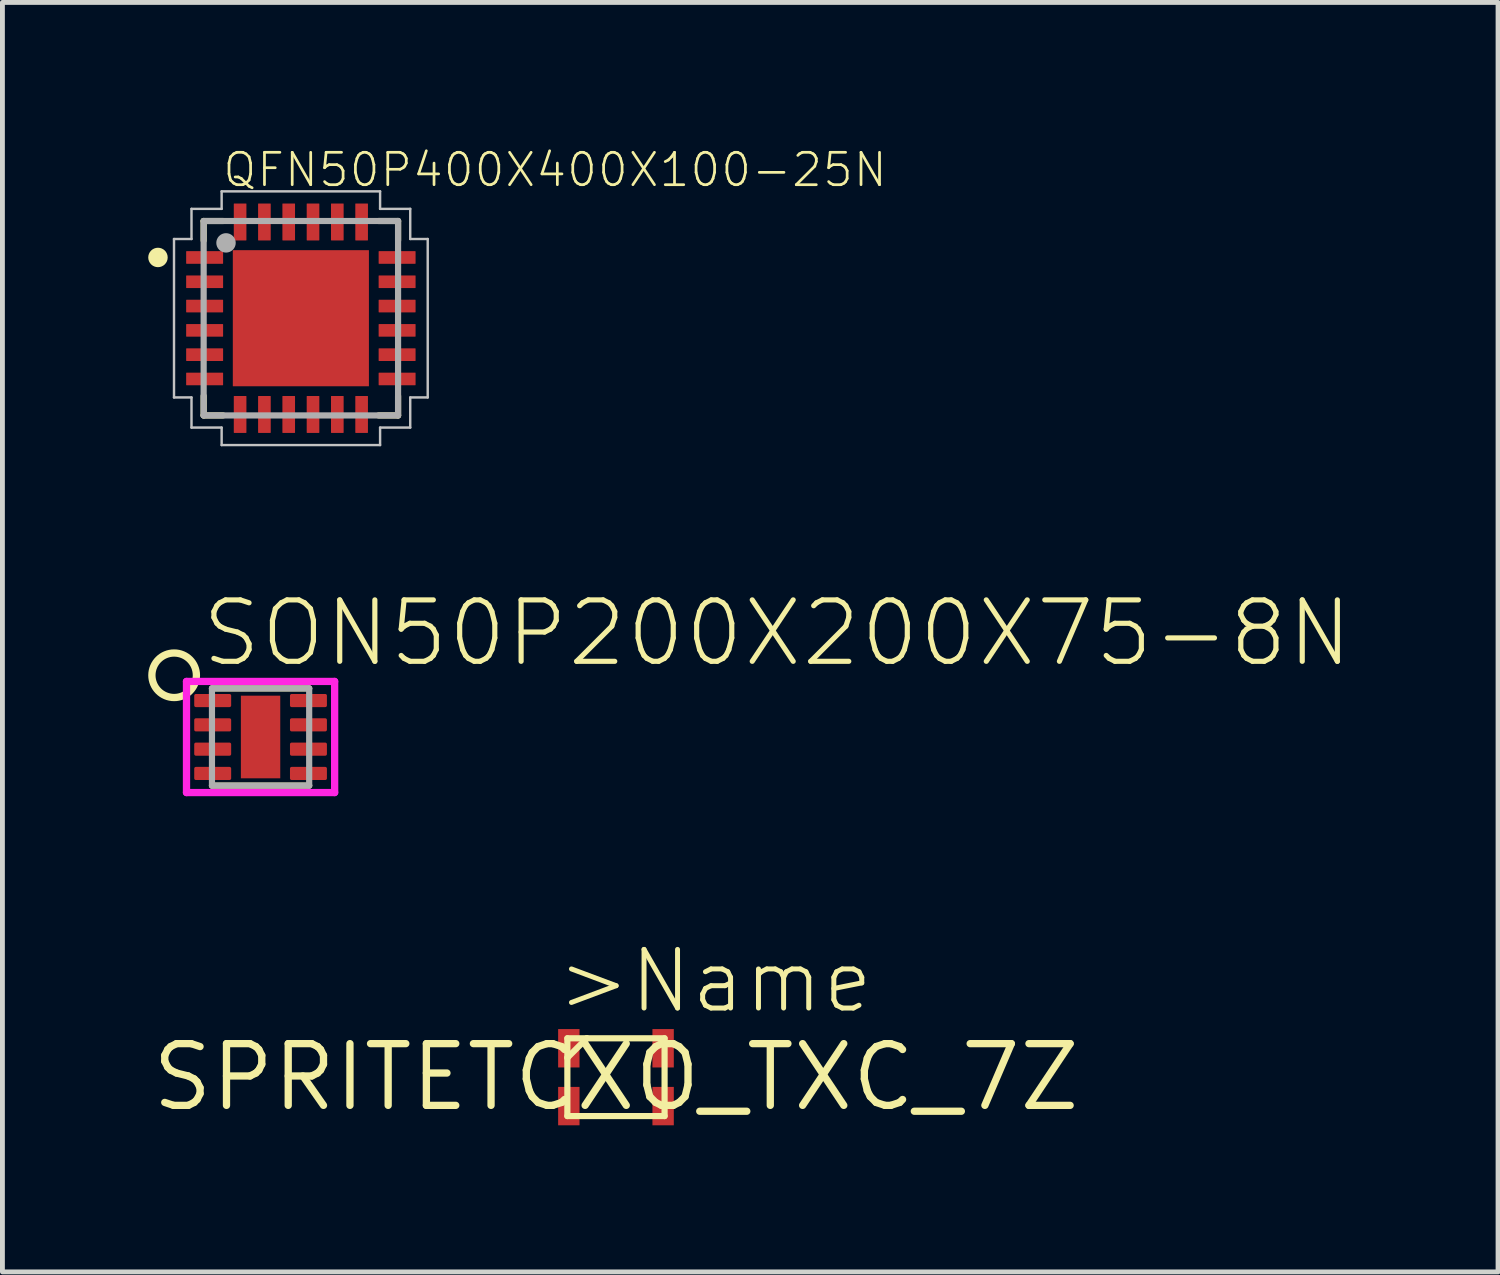
<source format=kicad_pcb>
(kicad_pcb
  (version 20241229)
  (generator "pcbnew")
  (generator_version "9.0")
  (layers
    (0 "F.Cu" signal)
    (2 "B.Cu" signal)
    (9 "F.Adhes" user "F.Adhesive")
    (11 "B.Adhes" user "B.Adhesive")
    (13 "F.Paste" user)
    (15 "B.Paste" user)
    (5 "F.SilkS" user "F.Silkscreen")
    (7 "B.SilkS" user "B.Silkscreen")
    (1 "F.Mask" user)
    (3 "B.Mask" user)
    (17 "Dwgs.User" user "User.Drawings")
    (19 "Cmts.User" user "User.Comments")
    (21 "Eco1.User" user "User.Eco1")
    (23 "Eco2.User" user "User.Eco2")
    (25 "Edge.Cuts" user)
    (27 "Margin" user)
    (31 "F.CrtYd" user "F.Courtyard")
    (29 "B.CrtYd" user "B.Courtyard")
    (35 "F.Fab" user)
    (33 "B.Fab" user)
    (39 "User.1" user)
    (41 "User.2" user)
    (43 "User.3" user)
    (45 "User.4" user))
  (footprint "SPRITETCXO_TXC_7Z"
    (layer "F.Cu")
    (at 9.623 19.112)
    (property "Reference" "SPRITETCXO_TXC_7Z" (at 0 0 0) (layer "F.SilkS") (effects (font (size 1.27 1.27) (thickness 0.15))))
    (attr through_hole)
    (fp_line (start -1 -0.8) (end -0.6 -0.8) (stroke (width 0.127) (type solid)) (layer "F.SilkS"))
    (fp_line (start -1 -0.4) (end -1 -0.8) (stroke (width 0.127) (type solid)) (layer "F.SilkS"))
    (fp_line (start -1 -0.4) (end -0.6 -0.8) (stroke (width 0.127) (type solid)) (layer "F.SilkS"))
    (fp_line (start -1 0.8) (end -1 -0.4) (stroke (width 0.127) (type solid)) (layer "F.SilkS"))
    (fp_line (start -0.6 -0.8) (end 1 -0.8) (stroke (width 0.127) (type solid)) (layer "F.SilkS"))
    (fp_line (start 1 -0.8) (end 1 0.8) (stroke (width 0.127) (type solid)) (layer "F.SilkS"))
    (fp_line (start 1 0.8) (end -1 0.8) (stroke (width 0.127) (type solid)) (layer "F.SilkS"))
    (fp_text user ">Name" (at -1.27 -1.27 0) (layer "F.SilkS") (effects (font (size 1.206 1.206) (thickness 0.102)) (justify left bottom)))
    (pad "GND1" smd rect (at -0.97 0.595) (size 0.44 0.79) (layers "F.Cu" "F.Mask" "F.Paste"))
    (pad "GND2" smd rect (at 0.97 0.595) (size 0.44 0.79) (layers "F.Cu" "F.Mask" "F.Paste"))
    (pad "OUT" smd rect (at 0.97 -0.595) (size 0.44 0.79) (layers "F.Cu" "F.Mask" "F.Paste"))
    (pad "VCC" smd rect (at -0.97 -0.595) (size 0.44 0.79) (layers "F.Cu" "F.Mask" "F.Paste")))
  (footprint "QFN50P400X400X100-25N"
    (layer "F.Cu")
    (at 3.14 3.497)
    (property "Reference" "QFN50P400X400X100-25N" (at -1.642 -2.663 0) (layer "F.SilkS") (effects (font (size 0.666 0.666) (thickness 0.056)) (justify left bottom)))
    (attr through_hole)
    (fp_line (start -2 -2) (end -2 -1.6) (stroke (width 0.127) (type solid)) (layer "F.SilkS"))
    (fp_line (start -2 1.6) (end -2 2) (stroke (width 0.127) (type solid)) (layer "F.SilkS"))
    (fp_line (start -2 2) (end -1.6 2) (stroke (width 0.127) (type solid)) (layer "F.SilkS"))
    (fp_line (start -1.6 -2) (end -2 -2) (stroke (width 0.127) (type solid)) (layer "F.SilkS"))
    (fp_line (start 1.6 2) (end 2 2) (stroke (width 0.127) (type solid)) (layer "F.SilkS"))
    (fp_line (start 2 -2) (end 1.6 -2) (stroke (width 0.127) (type solid)) (layer "F.SilkS"))
    (fp_line (start 2 -1.6) (end 2 -2) (stroke (width 0.127) (type solid)) (layer "F.SilkS"))
    (fp_line (start 2 2) (end 2 1.6) (stroke (width 0.127) (type solid)) (layer "F.SilkS"))
    (fp_circle (center -2.94 -1.25) (end -2.84 -1.25) (stroke (width 0.2) (type solid)) (fill no) (layer "F.SilkS"))
    (fp_poly (pts (xy -1.128 1.128) (xy -0.135 1.128) (xy -0.135 0.135) (xy -1.128 0.135)) (stroke (width 0) (type solid)) (fill yes) (layer "F.Paste"))
    (fp_poly (pts (xy -1.127 -0.135) (xy -0.135 -0.135) (xy -0.135 -1.125) (xy -1.127 -1.125)) (stroke (width 0) (type solid)) (fill yes) (layer "F.Paste"))
    (fp_poly (pts (xy 0.135 -0.135) (xy 1.125 -0.135) (xy 1.125 -1.125) (xy 0.135 -1.125)) (stroke (width 0) (type solid)) (fill yes) (layer "F.Paste"))
    (fp_poly (pts (xy 0.135 1.128) (xy 1.125 1.128) (xy 1.125 0.135) (xy 0.135 0.135)) (stroke (width 0) (type solid)) (fill yes) (layer "F.Paste"))
    (fp_line (start -2.61 -1.63) (end -2.25 -1.63) (stroke (width 0.05) (type solid)) (layer "Dwgs.User"))
    (fp_line (start -2.61 1.63) (end -2.61 -1.63) (stroke (width 0.05) (type solid)) (layer "Dwgs.User"))
    (fp_line (start -2.25 -2.25) (end -1.63 -2.25) (stroke (width 0.05) (type solid)) (layer "Dwgs.User"))
    (fp_line (start -2.25 -1.63) (end -2.25 -2.25) (stroke (width 0.05) (type solid)) (layer "Dwgs.User"))
    (fp_line (start -2.25 1.63) (end -2.61 1.63) (stroke (width 0.05) (type solid)) (layer "Dwgs.User"))
    (fp_line (start -2.25 2.25) (end -2.25 1.63) (stroke (width 0.05) (type solid)) (layer "Dwgs.User"))
    (fp_line (start -1.63 -2.61) (end 1.63 -2.61) (stroke (width 0.05) (type solid)) (layer "Dwgs.User"))
    (fp_line (start -1.63 -2.25) (end -1.63 -2.61) (stroke (width 0.05) (type solid)) (layer "Dwgs.User"))
    (fp_line (start -1.63 2.25) (end -2.25 2.25) (stroke (width 0.05) (type solid)) (layer "Dwgs.User"))
    (fp_line (start -1.63 2.61) (end -1.63 2.25) (stroke (width 0.05) (type solid)) (layer "Dwgs.User"))
    (fp_line (start 1.63 -2.61) (end 1.63 -2.25) (stroke (width 0.05) (type solid)) (layer "Dwgs.User"))
    (fp_line (start 1.63 -2.25) (end 2.25 -2.25) (stroke (width 0.05) (type solid)) (layer "Dwgs.User"))
    (fp_line (start 1.63 2.25) (end 1.63 2.61) (stroke (width 0.05) (type solid)) (layer "Dwgs.User"))
    (fp_line (start 1.63 2.61) (end -1.63 2.61) (stroke (width 0.05) (type solid)) (layer "Dwgs.User"))
    (fp_line (start 2.25 -2.25) (end 2.25 -1.63) (stroke (width 0.05) (type solid)) (layer "Dwgs.User"))
    (fp_line (start 2.25 -1.63) (end 2.61 -1.63) (stroke (width 0.05) (type solid)) (layer "Dwgs.User"))
    (fp_line (start 2.25 1.63) (end 2.25 2.25) (stroke (width 0.05) (type solid)) (layer "Dwgs.User"))
    (fp_line (start 2.25 2.25) (end 1.63 2.25) (stroke (width 0.05) (type solid)) (layer "Dwgs.User"))
    (fp_line (start 2.61 -1.63) (end 2.61 1.63) (stroke (width 0.05) (type solid)) (layer "Dwgs.User"))
    (fp_line (start 2.61 1.63) (end 2.25 1.63) (stroke (width 0.05) (type solid)) (layer "Dwgs.User"))
    (fp_line (start -2 -2) (end 2 -2) (stroke (width 0.127) (type solid)) (layer "F.Fab"))
    (fp_line (start -2 2) (end -2 -2) (stroke (width 0.127) (type solid)) (layer "F.Fab"))
    (fp_line (start 2 -2) (end 2 2) (stroke (width 0.127) (type solid)) (layer "F.Fab"))
    (fp_line (start 2 2) (end -2 2) (stroke (width 0.127) (type solid)) (layer "F.Fab"))
    (fp_circle (center -1.54 -1.55) (end -1.44 -1.55) (stroke (width 0.2) (type solid)) (fill no) (layer "F.Fab"))
    (pad "1" smd roundrect (at -1.98 -1.25) (size 0.76 0.26) (layers "F.Cu" "F.Mask" "F.Paste") (roundrect_rratio 0.035))
    (pad "2" smd roundrect (at -1.98 -0.75) (size 0.76 0.26) (layers "F.Cu" "F.Mask" "F.Paste") (roundrect_rratio 0.035))
    (pad "3" smd roundrect (at -1.98 -0.25) (size 0.76 0.26) (layers "F.Cu" "F.Mask" "F.Paste") (roundrect_rratio 0.035))
    (pad "4" smd roundrect (at -1.98 0.25) (size 0.76 0.26) (layers "F.Cu" "F.Mask" "F.Paste") (roundrect_rratio 0.035))
    (pad "5" smd roundrect (at -1.98 0.75) (size 0.76 0.26) (layers "F.Cu" "F.Mask" "F.Paste") (roundrect_rratio 0.035))
    (pad "6" smd roundrect (at -1.98 1.25) (size 0.76 0.26) (layers "F.Cu" "F.Mask" "F.Paste") (roundrect_rratio 0.035))
    (pad "7" smd roundrect (at -1.25 1.98 90) (size 0.76 0.26) (layers "F.Cu" "F.Mask" "F.Paste") (roundrect_rratio 0.035))
    (pad "8" smd roundrect (at -0.75 1.98 90) (size 0.76 0.26) (layers "F.Cu" "F.Mask" "F.Paste") (roundrect_rratio 0.035))
    (pad "9" smd roundrect (at -0.25 1.98 90) (size 0.76 0.26) (layers "F.Cu" "F.Mask" "F.Paste") (roundrect_rratio 0.035))
    (pad "10" smd roundrect (at 0.25 1.98 90) (size 0.76 0.26) (layers "F.Cu" "F.Mask" "F.Paste") (roundrect_rratio 0.035))
    (pad "11" smd roundrect (at 0.75 1.98 90) (size 0.76 0.26) (layers "F.Cu" "F.Mask" "F.Paste") (roundrect_rratio 0.035))
    (pad "12" smd roundrect (at 1.25 1.98 90) (size 0.76 0.26) (layers "F.Cu" "F.Mask" "F.Paste") (roundrect_rratio 0.035))
    (pad "13" smd roundrect (at 1.98 1.25 180) (size 0.76 0.26) (layers "F.Cu" "F.Mask" "F.Paste") (roundrect_rratio 0.035))
    (pad "14" smd roundrect (at 1.98 0.75 180) (size 0.76 0.26) (layers "F.Cu" "F.Mask" "F.Paste") (roundrect_rratio 0.035))
    (pad "15" smd roundrect (at 1.98 0.25 180) (size 0.76 0.26) (layers "F.Cu" "F.Mask" "F.Paste") (roundrect_rratio 0.035))
    (pad "16" smd roundrect (at 1.98 -0.25 180) (size 0.76 0.26) (layers "F.Cu" "F.Mask" "F.Paste") (roundrect_rratio 0.035))
    (pad "17" smd roundrect (at 1.98 -0.75 180) (size 0.76 0.26) (layers "F.Cu" "F.Mask" "F.Paste") (roundrect_rratio 0.035))
    (pad "18" smd roundrect (at 1.98 -1.25 180) (size 0.76 0.26) (layers "F.Cu" "F.Mask" "F.Paste") (roundrect_rratio 0.035))
    (pad "19" smd roundrect (at 1.25 -1.98 270) (size 0.76 0.26) (layers "F.Cu" "F.Mask" "F.Paste") (roundrect_rratio 0.035))
    (pad "20" smd roundrect (at 0.75 -1.98 270) (size 0.76 0.26) (layers "F.Cu" "F.Mask" "F.Paste") (roundrect_rratio 0.035))
    (pad "21" smd roundrect (at 0.25 -1.98 270) (size 0.76 0.26) (layers "F.Cu" "F.Mask" "F.Paste") (roundrect_rratio 0.035))
    (pad "22" smd roundrect (at -0.25 -1.98 270) (size 0.76 0.26) (layers "F.Cu" "F.Mask" "F.Paste") (roundrect_rratio 0.035))
    (pad "23" smd roundrect (at -0.75 -1.98 270) (size 0.76 0.26) (layers "F.Cu" "F.Mask" "F.Paste") (roundrect_rratio 0.035))
    (pad "24" smd roundrect (at -1.25 -1.98 270) (size 0.76 0.26) (layers "F.Cu" "F.Mask" "F.Paste") (roundrect_rratio 0.035))
    (pad "25" smd rect (at 0 0) (size 2.8 2.8) (layers "F.Cu" "F.Mask")))
  (footprint "SON50P200X200X75-8N"
    (layer "F.Cu")
    (at 2.311 12.113)
    (property "Reference" "SON50P200X200X75-8N" (at -1.27 -1.397 0) (layer "F.SilkS") (effects (font (size 1.264 1.264) (thickness 0.106)) (justify left bottom)))
    (attr through_hole)
    (fp_line (start -1 -1) (end 1 -1) (stroke (width 0.127) (type solid)) (layer "F.SilkS"))
    (fp_line (start -1 1) (end 1 1) (stroke (width 0.127) (type solid)) (layer "F.SilkS"))
    (fp_circle (center -1.778 -1.27) (end -1.397 -1.016) (stroke (width 0.15) (type solid)) (fill no) (layer "F.SilkS"))
    (fp_poly (pts (xy -0.211 0.443) (xy 0.202 0.443) (xy 0.202 -0.425) (xy -0.211 -0.425)) (stroke (width 0) (type solid)) (fill yes) (layer "F.Paste"))
    (fp_line (start -1.524 -1.143) (end 1.524 -1.143) (stroke (width 0.15) (type solid)) (layer "F.CrtYd"))
    (fp_line (start -1.524 1.143) (end -1.524 -1.143) (stroke (width 0.15) (type solid)) (layer "F.CrtYd"))
    (fp_line (start 1.524 -1.143) (end 1.524 1.143) (stroke (width 0.15) (type solid)) (layer "F.CrtYd"))
    (fp_line (start 1.524 1.143) (end -1.524 1.143) (stroke (width 0.15) (type solid)) (layer "F.CrtYd"))
    (fp_line (start -1 -1) (end -1 1) (stroke (width 0.127) (type solid)) (layer "F.Fab"))
    (fp_line (start -1 -1) (end 1 -1) (stroke (width 0.127) (type solid)) (layer "F.Fab"))
    (fp_line (start -1 1) (end 1 1) (stroke (width 0.127) (type solid)) (layer "F.Fab"))
    (fp_line (start 1 -1) (end 1 1) (stroke (width 0.127) (type solid)) (layer "F.Fab"))
    (pad "1" smd roundrect (at -0.985 -0.75) (size 0.76 0.27) (layers "F.Cu" "F.Mask" "F.Paste") (roundrect_rratio 0.125))
    (pad "2" smd roundrect (at -0.985 -0.25) (size 0.76 0.27) (layers "F.Cu" "F.Mask" "F.Paste") (roundrect_rratio 0.125))
    (pad "3" smd roundrect (at -0.985 0.25) (size 0.76 0.27) (layers "F.Cu" "F.Mask" "F.Paste") (roundrect_rratio 0.125))
    (pad "4" smd roundrect (at -0.985 0.75) (size 0.76 0.27) (layers "F.Cu" "F.Mask" "F.Paste") (roundrect_rratio 0.125))
    (pad "5" smd roundrect (at 0.985 0.75) (size 0.76 0.27) (layers "F.Cu" "F.Mask" "F.Paste") (roundrect_rratio 0.125))
    (pad "6" smd roundrect (at 0.985 0.25) (size 0.76 0.27) (layers "F.Cu" "F.Mask" "F.Paste") (roundrect_rratio 0.125))
    (pad "7" smd roundrect (at 0.985 -0.25) (size 0.76 0.27) (layers "F.Cu" "F.Mask" "F.Paste") (roundrect_rratio 0.125))
    (pad "8" smd roundrect (at 0.985 -0.75) (size 0.76 0.27) (layers "F.Cu" "F.Mask" "F.Paste") (roundrect_rratio 0.125))
    (pad "9" smd rect (at 0 0) (size 0.81 1.7) (layers "F.Cu" "F.Mask")))
  (gr_rect
    (start -3 -3)
    (end 27.771 23.118)
    (stroke (width 0.1) (type default))
    (fill no)
    (layer "Edge.Cuts")))
</source>
